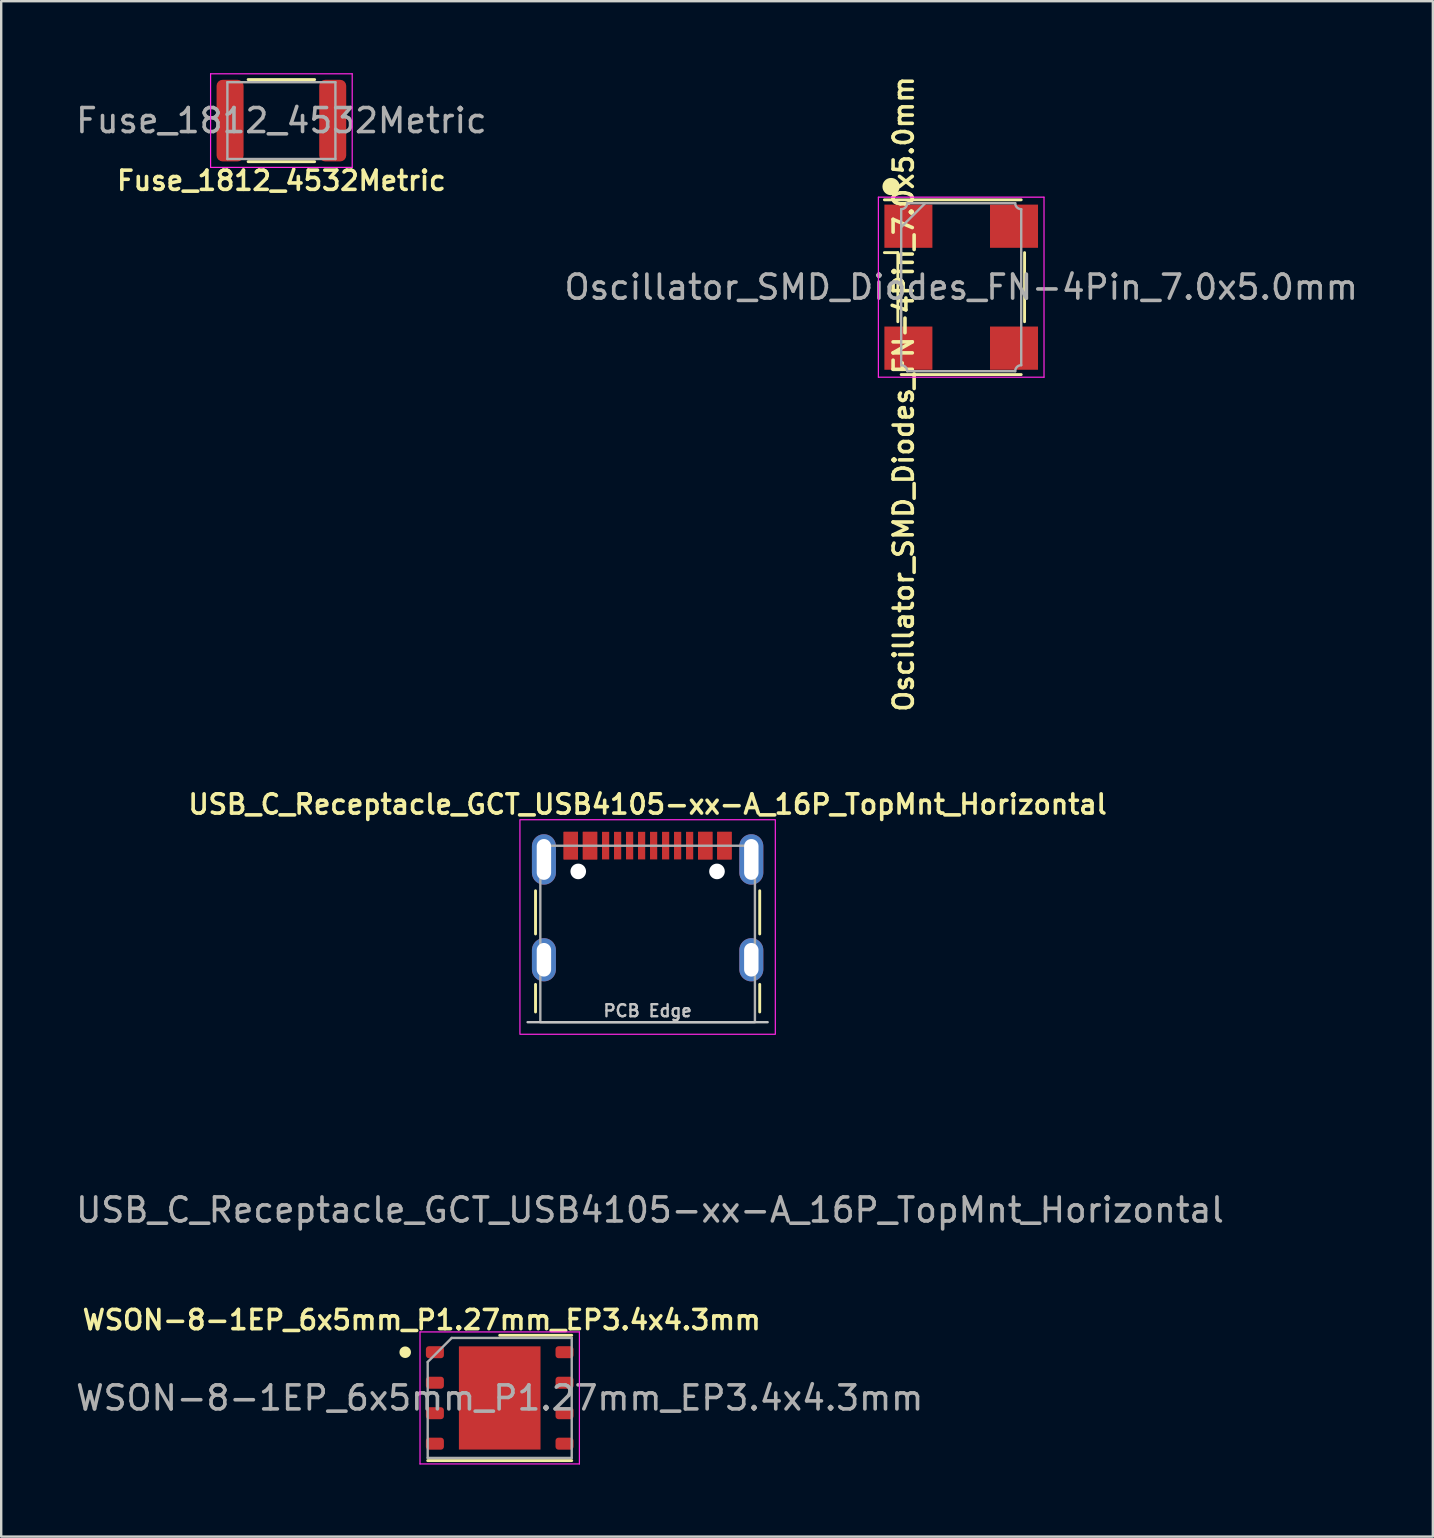
<source format=kicad_pcb>
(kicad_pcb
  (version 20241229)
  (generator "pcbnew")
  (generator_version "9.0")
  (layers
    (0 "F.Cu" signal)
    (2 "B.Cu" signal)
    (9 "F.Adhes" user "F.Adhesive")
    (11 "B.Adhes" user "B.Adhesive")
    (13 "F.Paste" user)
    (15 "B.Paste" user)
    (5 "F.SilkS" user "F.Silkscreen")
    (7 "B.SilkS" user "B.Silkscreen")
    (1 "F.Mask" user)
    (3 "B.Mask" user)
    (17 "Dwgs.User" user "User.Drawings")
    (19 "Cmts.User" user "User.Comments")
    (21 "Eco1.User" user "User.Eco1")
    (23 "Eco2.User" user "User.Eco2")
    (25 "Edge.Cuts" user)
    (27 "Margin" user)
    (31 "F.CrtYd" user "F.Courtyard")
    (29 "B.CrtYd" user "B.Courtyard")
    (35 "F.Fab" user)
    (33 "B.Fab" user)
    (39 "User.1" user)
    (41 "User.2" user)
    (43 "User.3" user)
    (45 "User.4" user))
  (footprint "Fuse_1812_4532Metric"
    (layer "F.Cu")
    (at 8.673 1.975)
    (property "Reference" "Fuse_1812_4532Metric" (at 0 2.5 0) (layer "F.SilkS") (effects (font (size 0.8 0.8) (thickness 0.15))))
    (attr smd)
    (fp_line (start -1.386 -1.71) (end 1.386 -1.71) (stroke (width 0.12) (type solid)) (layer "F.SilkS"))
    (fp_line (start -1.386 1.71) (end 1.386 1.71) (stroke (width 0.12) (type solid)) (layer "F.SilkS"))
    (fp_line (start -2.95 -1.95) (end 2.95 -1.95) (stroke (width 0.05) (type solid)) (layer "F.CrtYd"))
    (fp_line (start -2.95 1.95) (end -2.95 -1.95) (stroke (width 0.05) (type solid)) (layer "F.CrtYd"))
    (fp_line (start 2.95 -1.95) (end 2.95 1.95) (stroke (width 0.05) (type solid)) (layer "F.CrtYd"))
    (fp_line (start 2.95 1.95) (end -2.95 1.95) (stroke (width 0.05) (type solid)) (layer "F.CrtYd"))
    (fp_line (start -2.25 -1.6) (end 2.25 -1.6) (stroke (width 0.1) (type solid)) (layer "F.Fab"))
    (fp_line (start -2.25 1.6) (end -2.25 -1.6) (stroke (width 0.1) (type solid)) (layer "F.Fab"))
    (fp_line (start 2.25 -1.6) (end 2.25 1.6) (stroke (width 0.1) (type solid)) (layer "F.Fab"))
    (fp_line (start 2.25 1.6) (end -2.25 1.6) (stroke (width 0.1) (type solid)) (layer "F.Fab"))
    (fp_text user "${REFERENCE}" (at 0 0 180) (layer "F.Fab") (effects (font (size 1 1) (thickness 0.15))))
    (pad "1" smd roundrect (at -2.138 0) (size 1.125 3.4) (layers "F.Cu" "F.Mask" "F.Paste") (roundrect_rratio 0.222))
    (pad "2" smd roundrect (at 2.138 0) (size 1.125 3.4) (layers "F.Cu" "F.Mask" "F.Paste") (roundrect_rratio 0.222)))
  (footprint "Oscillator_SMD_Diodes_FN-4Pin_7.0x5.0mm"
    (layer "F.Cu")
    (at 36.994 8.914)
    (property "Reference" "Oscillator_SMD_Diodes_FN-4Pin_7.0x5.0mm" (at -2.4 4.45 90) (layer "F.SilkS") (effects (font (size 0.8 0.8) (thickness 0.15))))
    (attr smd)
    (fp_line (start -3.2 -3.64) (end 2.5 -3.64) (stroke (width 0.12) (type solid)) (layer "F.SilkS"))
    (fp_line (start -2.64 -1.44) (end -3.2 -1.44) (stroke (width 0.12) (type solid)) (layer "F.SilkS"))
    (fp_line (start -2.64 -1.44) (end -2.64 1.44) (stroke (width 0.12) (type solid)) (layer "F.SilkS"))
    (fp_line (start -2.5 3.64) (end 2.5 3.64) (stroke (width 0.12) (type solid)) (layer "F.SilkS"))
    (fp_line (start 2.64 -1.44) (end 2.64 1.44) (stroke (width 0.12) (type solid)) (layer "F.SilkS"))
    (fp_circle (center -2.921 -4.191) (end -2.621 -4.191) (stroke (width 0.12) (type solid)) (fill yes) (layer "F.SilkS"))
    (fp_line (start -3.45 -3.75) (end 3.45 -3.75) (stroke (width 0.05) (type solid)) (layer "F.CrtYd"))
    (fp_line (start -3.45 3.75) (end -3.45 -3.75) (stroke (width 0.05) (type solid)) (layer "F.CrtYd"))
    (fp_line (start 3.45 -3.75) (end 3.45 3.75) (stroke (width 0.05) (type solid)) (layer "F.CrtYd"))
    (fp_line (start 3.45 3.75) (end -3.45 3.75) (stroke (width 0.05) (type solid)) (layer "F.CrtYd"))
    (fp_line (start -2.5 -2.5) (end -1.5 -3.5) (stroke (width 0.1) (type solid)) (layer "F.Fab"))
    (fp_line (start -2.5 3.25) (end -2.5 -3.25) (stroke (width 0.1) (type solid)) (layer "F.Fab"))
    (fp_line (start -2.25 -3.5) (end 2.25 -3.5) (stroke (width 0.1) (type solid)) (layer "F.Fab"))
    (fp_line (start -2.25 3.5) (end 2.25 3.5) (stroke (width 0.1) (type solid)) (layer "F.Fab"))
    (fp_line (start 2.5 -3.25) (end 2.5 3.25) (stroke (width 0.1) (type solid)) (layer "F.Fab"))
    (fp_arc (start -2.5 3.25) (mid -2.323223 3.323223) (end -2.25 3.5) (stroke (width 0.1) (type solid)) (layer "F.Fab"))
    (fp_arc (start -2.25 -3.5) (mid -2.323223 -3.323223) (end -2.5 -3.25) (stroke (width 0.1) (type solid)) (layer "F.Fab"))
    (fp_arc (start 2.25 3.5) (mid 2.323223 3.323223) (end 2.5 3.25) (stroke (width 0.1) (type solid)) (layer "F.Fab"))
    (fp_arc (start 2.5 -3.25) (mid 2.323223 -3.323223) (end 2.25 -3.5) (stroke (width 0.1) (type solid)) (layer "F.Fab"))
    (fp_text user "${REFERENCE}" (at 0 0 180) (layer "F.Fab") (effects (font (size 1 1) (thickness 0.15))))
    (pad "1" smd rect (at -2.2 -2.54) (size 2 1.8) (layers "F.Cu" "F.Mask" "F.Paste"))
    (pad "2" smd rect (at -2.2 2.54) (size 2 1.8) (layers "F.Cu" "F.Mask" "F.Paste"))
    (pad "3" smd rect (at 2.2 2.54) (size 2 1.8) (layers "F.Cu" "F.Mask" "F.Paste"))
    (pad "4" smd rect (at 2.2 -2.54) (size 2 1.8) (layers "F.Cu" "F.Mask" "F.Paste")))
  (footprint "WSON-8-1EP_6x5mm_P1.27mm_EP3.4x4.3mm"
    (layer "F.Cu")
    (at 17.768 55.189)
    (property "Reference" "WSON-8-1EP_6x5mm_P1.27mm_EP3.4x4.3mm" (at -3.25 -3.25 0) (layer "F.SilkS") (effects (font (size 0.8 0.8) (thickness 0.15))))
    (attr smd)
    (fp_line (start -3 2.61) (end 3 2.61) (stroke (width 0.12) (type solid)) (layer "F.SilkS"))
    (fp_line (start 0 -2.61) (end 3 -2.61) (stroke (width 0.12) (type solid)) (layer "F.SilkS"))
    (fp_circle (center -3.937 -1.905) (end -3.757 -1.905) (stroke (width 0.12) (type solid)) (fill yes) (layer "F.SilkS"))
    (fp_line (start -3.32 -2.75) (end -3.32 2.75) (stroke (width 0.05) (type solid)) (layer "F.CrtYd"))
    (fp_line (start -3.32 2.75) (end 3.32 2.75) (stroke (width 0.05) (type solid)) (layer "F.CrtYd"))
    (fp_line (start 3.32 -2.75) (end -3.32 -2.75) (stroke (width 0.05) (type solid)) (layer "F.CrtYd"))
    (fp_line (start 3.32 2.75) (end 3.32 -2.75) (stroke (width 0.05) (type solid)) (layer "F.CrtYd"))
    (fp_line (start -3 -1.5) (end -2 -2.5) (stroke (width 0.1) (type solid)) (layer "F.Fab"))
    (fp_line (start -3 2.5) (end -3 -1.5) (stroke (width 0.1) (type solid)) (layer "F.Fab"))
    (fp_line (start -2 -2.5) (end 3 -2.5) (stroke (width 0.1) (type solid)) (layer "F.Fab"))
    (fp_line (start 3 -2.5) (end 3 2.5) (stroke (width 0.1) (type solid)) (layer "F.Fab"))
    (fp_line (start 3 2.5) (end -3 2.5) (stroke (width 0.1) (type solid)) (layer "F.Fab"))
    (fp_text user "${REFERENCE}" (at 0 0 0) (layer "F.Fab") (effects (font (size 1 1) (thickness 0.15))))
    (pad "" smd roundrect (at -0.85 -1.075) (size 1.37 1.73) (layers "F.Paste") (roundrect_rratio 0.182))
    (pad "" smd roundrect (at -0.85 1.075) (size 1.37 1.73) (layers "F.Paste") (roundrect_rratio 0.182))
    (pad "" smd roundrect (at 0.85 -1.075) (size 1.37 1.73) (layers "F.Paste") (roundrect_rratio 0.182))
    (pad "" smd roundrect (at 0.85 1.075) (size 1.37 1.73) (layers "F.Paste") (roundrect_rratio 0.182))
    (pad "1" smd roundrect (at -2.7 -1.905) (size 0.75 0.5) (layers "F.Cu" "F.Mask" "F.Paste") (roundrect_rratio 0.25))
    (pad "2" smd roundrect (at -2.7 -0.635) (size 0.75 0.5) (layers "F.Cu" "F.Mask" "F.Paste") (roundrect_rratio 0.25))
    (pad "3" smd roundrect (at -2.7 0.635) (size 0.75 0.5) (layers "F.Cu" "F.Mask" "F.Paste") (roundrect_rratio 0.25))
    (pad "4" smd roundrect (at -2.7 1.905) (size 0.75 0.5) (layers "F.Cu" "F.Mask" "F.Paste") (roundrect_rratio 0.25))
    (pad "5" smd roundrect (at 2.7 1.905) (size 0.75 0.5) (layers "F.Cu" "F.Mask" "F.Paste") (roundrect_rratio 0.25))
    (pad "6" smd roundrect (at 2.7 0.635) (size 0.75 0.5) (layers "F.Cu" "F.Mask" "F.Paste") (roundrect_rratio 0.25))
    (pad "7" smd roundrect (at 2.7 -0.635) (size 0.75 0.5) (layers "F.Cu" "F.Mask" "F.Paste") (roundrect_rratio 0.25))
    (pad "8" smd roundrect (at 2.7 -1.905) (size 0.75 0.5) (layers "F.Cu" "F.Mask" "F.Paste") (roundrect_rratio 0.25))
    (pad "9" smd rect (at 0 0) (size 3.4 4.3) (layers "F.Cu" "F.Mask")))
  (footprint "USB_C_Receptacle_GCT_USB4105-xx-A_16P_TopMnt_Horizontal"
    (layer "F.Cu")
    (at 23.63 30.359)
    (property "Reference" "USB_C_Receptacle_GCT_USB4105-xx-A_16P_TopMnt_Horizontal" (at 0.3 0.1 0) (unlocked yes) (layer "F.SilkS") (effects (font (size 0.8 0.8) (thickness 0.15))))
    (attr through_hole)
    (fp_line (start -4.37 5.5) (end -4.37 3.7) (stroke (width 0.12) (type solid)) (layer "F.SilkS"))
    (fp_line (start -4.37 7.6) (end -4.37 8.75) (stroke (width 0.12) (type solid)) (layer "F.SilkS"))
    (fp_line (start 4.97 5.5) (end 4.97 3.7) (stroke (width 0.12) (type solid)) (layer "F.SilkS"))
    (fp_line (start 4.97 7.6) (end 4.97 8.75) (stroke (width 0.12) (type solid)) (layer "F.SilkS"))
    (fp_line (start 5.3 9.175) (end -4.7 9.175) (stroke (width 0.1) (type solid)) (layer "Dwgs.User"))
    (fp_rect (start -5.02 0.74) (end 5.62 9.68) (stroke (width 0.05) (type solid)) (fill no) (layer "F.CrtYd"))
    (fp_rect (start -4.17 1.825) (end 4.77 9.175) (stroke (width 0.1) (type solid)) (fill no) (layer "F.Fab"))
    (fp_text user "PCB Edge" (at 0.3 8.7 0) (unlocked yes) (layer "Dwgs.User") (effects (font (size 0.5 0.5) (thickness 0.1))))
    (fp_text user "${REFERENCE}" (at 0.4 17 0) (unlocked yes) (layer "F.Fab") (effects (font (size 1 1) (thickness 0.15))))
    (pad "" np_thru_hole circle (at -2.59 2.895) (size 0.65 0.65) (drill 0.65) (layers "*.Cu" "*.Mask"))
    (pad "" np_thru_hole circle (at 3.19 2.895) (size 0.65 0.65) (drill 0.65) (layers "*.Cu" "*.Mask"))
    (pad "A1" smd rect (at -2.9 1.82) (size 0.6 1.15) (layers "F.Cu" "F.Mask" "F.Paste"))
    (pad "A4" smd rect (at -2.1 1.82) (size 0.6 1.15) (layers "F.Cu" "F.Mask" "F.Paste"))
    (pad "A5" smd rect (at -0.95 1.82) (size 0.3 1.15) (layers "F.Cu" "F.Mask" "F.Paste"))
    (pad "A6" smd rect (at 0.05 1.82) (size 0.3 1.15) (layers "F.Cu" "F.Mask" "F.Paste"))
    (pad "A7" smd rect (at 0.55 1.82) (size 0.3 1.15) (layers "F.Cu" "F.Mask" "F.Paste"))
    (pad "A8" smd rect (at 1.55 1.82) (size 0.3 1.15) (layers "F.Cu" "F.Mask" "F.Paste"))
    (pad "A9" smd rect (at 2.7 1.82) (size 0.6 1.15) (layers "F.Cu" "F.Mask" "F.Paste"))
    (pad "A12" smd rect (at 3.5 1.82) (size 0.6 1.15) (layers "F.Cu" "F.Mask" "F.Paste"))
    (pad "B1" smd rect (at 3.5 1.82) (size 0.6 1.15) (layers "F.Cu" "F.Mask" "F.Paste"))
    (pad "B4" smd rect (at 2.7 1.82) (size 0.6 1.15) (layers "F.Cu" "F.Mask" "F.Paste"))
    (pad "B5" smd rect (at 2.05 1.82) (size 0.3 1.15) (layers "F.Cu" "F.Mask" "F.Paste"))
    (pad "B6" smd rect (at 1.05 1.82) (size 0.3 1.15) (layers "F.Cu" "F.Mask" "F.Paste"))
    (pad "B7" smd rect (at -0.45 1.82) (size 0.3 1.15) (layers "F.Cu" "F.Mask" "F.Paste"))
    (pad "B8" smd rect (at -1.45 1.82) (size 0.3 1.15) (layers "F.Cu" "F.Mask" "F.Paste"))
    (pad "B9" smd rect (at -2.1 1.82) (size 0.6 1.15) (layers "F.Cu" "F.Mask" "F.Paste"))
    (pad "B12" smd rect (at -2.9 1.82) (size 0.6 1.15) (layers "F.Cu" "F.Mask" "F.Paste"))
    (pad "S1" thru_hole oval (at -4.02 2.395) (size 1 2.1) (drill oval 0.6 1.7) (layers "*.Cu" "*.Mask"))
    (pad "S1" thru_hole oval (at -4.02 6.575) (size 1 1.8) (drill oval 0.6 1.4) (layers "*.Cu" "*.Mask"))
    (pad "S1" thru_hole oval (at 4.62 2.395) (size 1 2.1) (drill oval 0.6 1.7) (layers "*.Cu" "*.Mask"))
    (pad "S1" thru_hole oval (at 4.62 6.575) (size 1 1.8) (drill oval 0.6 1.4) (layers "*.Cu" "*.Mask")))
  (gr_rect
    (start -3 -3)
    (end 56.643 60.964)
    (stroke (width 0.1) (type default))
    (fill no)
    (layer "Edge.Cuts")))
</source>
